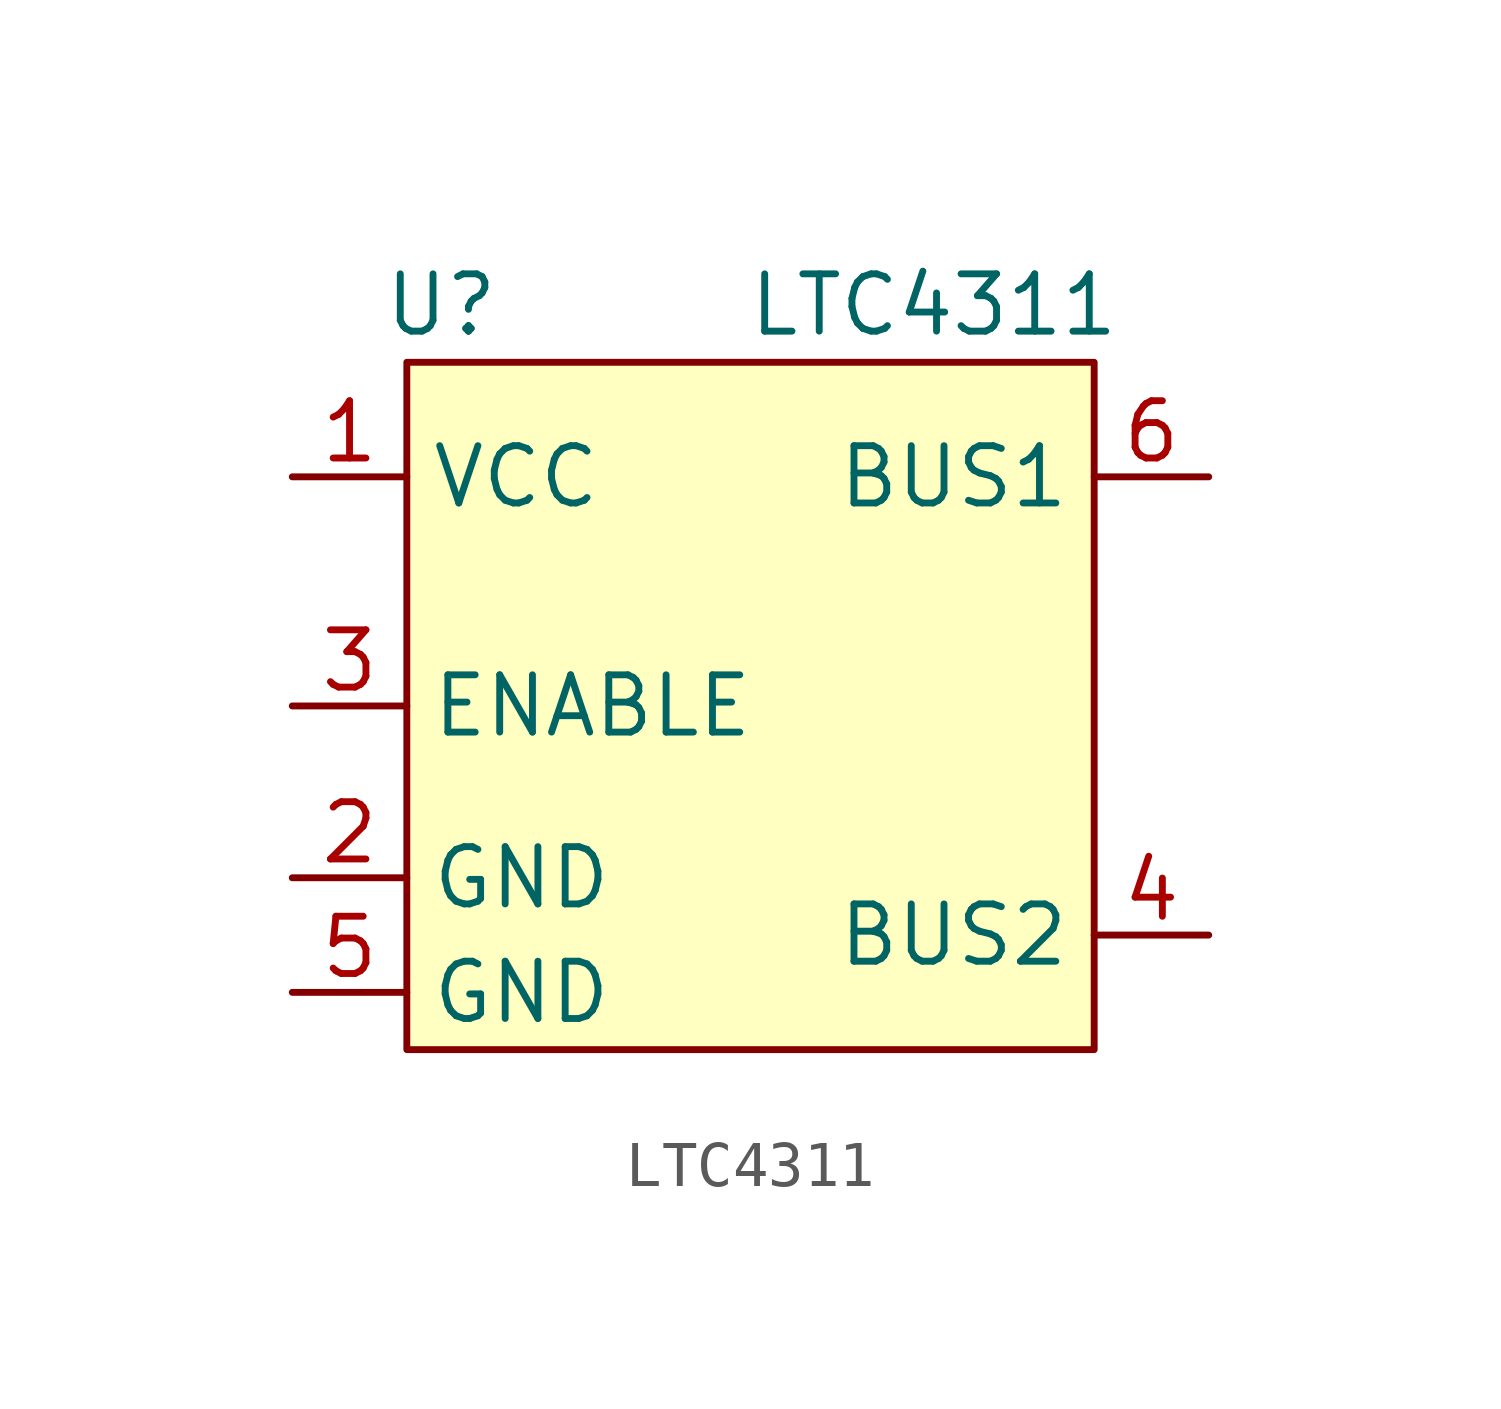
<source format=kicad_sym>
(kicad_symbol_lib
  (version 20241209)
  (generator "kicad_symbol_editor")
  (generator_version "9.0")
  (symbol "LTC4311"
    (property "Reference" "U"
      (at -6.858 8.89 0)
      (effects (font (size 1.27 1.27))))
    (property "Value" "LTC4311"
      (at 4.064 8.89 0)
      (effects (font (size 1.27 1.27))))
    (symbol "LTC4311_1_1"
      (rectangle (start -7.62 7.62) (end 7.62 -7.62) (stroke (width 0) (type solid)) (fill (type background)))
      (pin power_in line (at -10.16 5.08 0) (length 2.54) (name "VCC" (effects (font (size 1.27 1.27)))) (number "1" (effects (font (size 1.27 1.27)))))
      (pin input line (at -10.16 0 0) (length 2.54) (name "ENABLE" (effects (font (size 1.27 1.27)))) (number "3" (effects (font (size 1.27 1.27)))))
      (pin power_in line (at -10.16 -3.81 0) (length 2.54) (name "GND" (effects (font (size 1.27 1.27)))) (number "2" (effects (font (size 1.27 1.27)))))
      (pin power_in line (at -10.16 -6.35 0) (length 2.54) (name "GND" (effects (font (size 1.27 1.27)))) (number "5" (effects (font (size 1.27 1.27)))))
      (pin bidirectional line (at 10.16 5.08 180) (length 2.54) (name "BUS1" (effects (font (size 1.27 1.27)))) (number "6" (effects (font (size 1.27 1.27)))))
      (pin bidirectional line (at 10.16 -5.08 180) (length 2.54) (name "BUS2" (effects (font (size 1.27 1.27)))) (number "4" (effects (font (size 1.27 1.27))))))))
</source>
